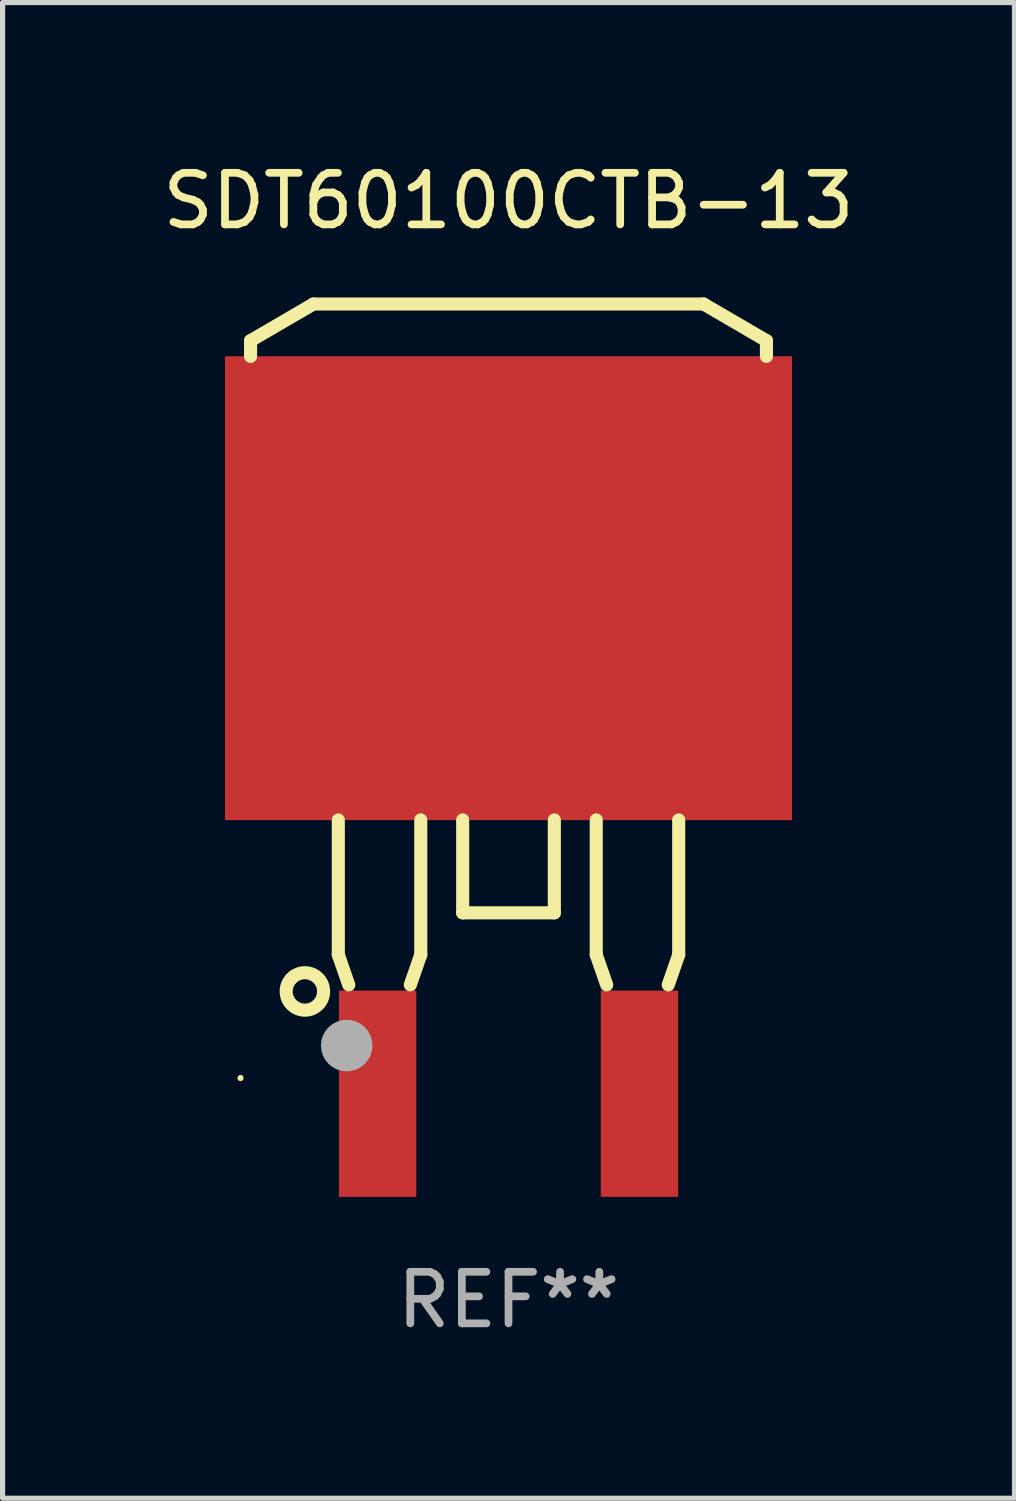
<source format=kicad_pcb>
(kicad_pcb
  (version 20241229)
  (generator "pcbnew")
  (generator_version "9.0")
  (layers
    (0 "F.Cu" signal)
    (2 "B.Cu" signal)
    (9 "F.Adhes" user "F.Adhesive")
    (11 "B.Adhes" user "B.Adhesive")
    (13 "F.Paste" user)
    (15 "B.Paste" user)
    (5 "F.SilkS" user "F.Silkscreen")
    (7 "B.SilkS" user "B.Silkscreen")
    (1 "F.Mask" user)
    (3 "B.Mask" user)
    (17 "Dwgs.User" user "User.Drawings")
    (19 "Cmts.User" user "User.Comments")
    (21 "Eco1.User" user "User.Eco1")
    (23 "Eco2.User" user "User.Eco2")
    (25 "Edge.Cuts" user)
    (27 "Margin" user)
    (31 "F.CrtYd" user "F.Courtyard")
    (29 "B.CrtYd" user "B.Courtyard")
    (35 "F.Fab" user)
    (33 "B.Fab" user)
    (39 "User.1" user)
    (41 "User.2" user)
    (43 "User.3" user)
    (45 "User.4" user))
  (footprint "SDT60100CTB-13"
    (layer "F.Cu")
    (at 6.815 10.508)
    (property "Reference" "SDT60100CTB-13" (at 0 -9.66 0) (layer "F.SilkS") (effects (font (size 1 1) (thickness 0.15))))
    (attr through_hole)
    (fp_line (start -5.004 -6.949) (end -3.785 -7.66) (stroke (width 0.254) (type solid)) (layer "F.SilkS"))
    (fp_line (start -5.004 -6.644) (end -5.004 -6.949) (stroke (width 0.254) (type solid)) (layer "F.SilkS"))
    (fp_line (start -3.785 -7.66) (end 3.785 -7.66) (stroke (width 0.254) (type solid)) (layer "F.SilkS"))
    (fp_line (start -3.302 2.348) (end -3.302 4.964) (stroke (width 0.254) (type solid)) (layer "F.SilkS"))
    (fp_line (start -3.302 4.964) (end -3.099 5.548) (stroke (width 0.254) (type solid)) (layer "F.SilkS"))
    (fp_line (start -1.905 5.548) (end -1.702 4.964) (stroke (width 0.254) (type solid)) (layer "F.SilkS"))
    (fp_line (start -1.702 4.964) (end -1.702 2.348) (stroke (width 0.254) (type solid)) (layer "F.SilkS"))
    (fp_line (start -0.889 2.348) (end -0.889 4.151) (stroke (width 0.254) (type solid)) (layer "F.SilkS"))
    (fp_line (start -0.889 4.151) (end 0.889 4.151) (stroke (width 0.254) (type solid)) (layer "F.SilkS"))
    (fp_line (start 0.889 4.151) (end 0.889 2.348) (stroke (width 0.254) (type solid)) (layer "F.SilkS"))
    (fp_line (start 1.702 2.348) (end 1.702 4.964) (stroke (width 0.254) (type solid)) (layer "F.SilkS"))
    (fp_line (start 1.702 4.964) (end 1.905 5.548) (stroke (width 0.254) (type solid)) (layer "F.SilkS"))
    (fp_line (start 3.099 5.548) (end 3.302 4.964) (stroke (width 0.254) (type solid)) (layer "F.SilkS"))
    (fp_line (start 3.302 4.964) (end 3.302 2.348) (stroke (width 0.254) (type solid)) (layer "F.SilkS"))
    (fp_line (start 3.785 -7.66) (end 5.004 -6.949) (stroke (width 0.254) (type solid)) (layer "F.SilkS"))
    (fp_line (start 5.004 -6.949) (end 5.004 -6.644) (stroke (width 0.254) (type solid)) (layer "F.SilkS"))
    (fp_circle (center -5.199 7.356) (end -5.169 7.356) (stroke (width 0.06) (type solid)) (fill no) (layer "F.SilkS"))
    (fp_circle (center -3.95 5.676) (end -3.587 5.676) (stroke (width 0.254) (type solid)) (fill no) (layer "F.SilkS"))
    (fp_circle (center -3.139 6.726) (end -2.889 6.726) (stroke (width 0.5) (type solid)) (fill no) (layer "F.Fab"))
    (fp_text user "REF**" (at 0 11.66 0) (layer "F.Fab") (effects (font (size 1 1) (thickness 0.15))))
    (pad "1" smd rect (at -2.539 7.66) (size 1.501 4.001) (layers "F.Cu" "F.Mask" "F.Paste"))
    (pad "2" smd rect (at 0.000127 -2.147) (size 11 8.999) (layers "F.Cu" "F.Mask" "F.Paste"))
    (pad "3" smd rect (at 2.541 7.66) (size 1.501 4.001) (layers "F.Cu" "F.Mask" "F.Paste")))
  (gr_rect
    (start -3 -3)
    (end 16.631 26.016)
    (stroke (width 0.1) (type default))
    (fill no)
    (layer "Edge.Cuts")))
</source>
